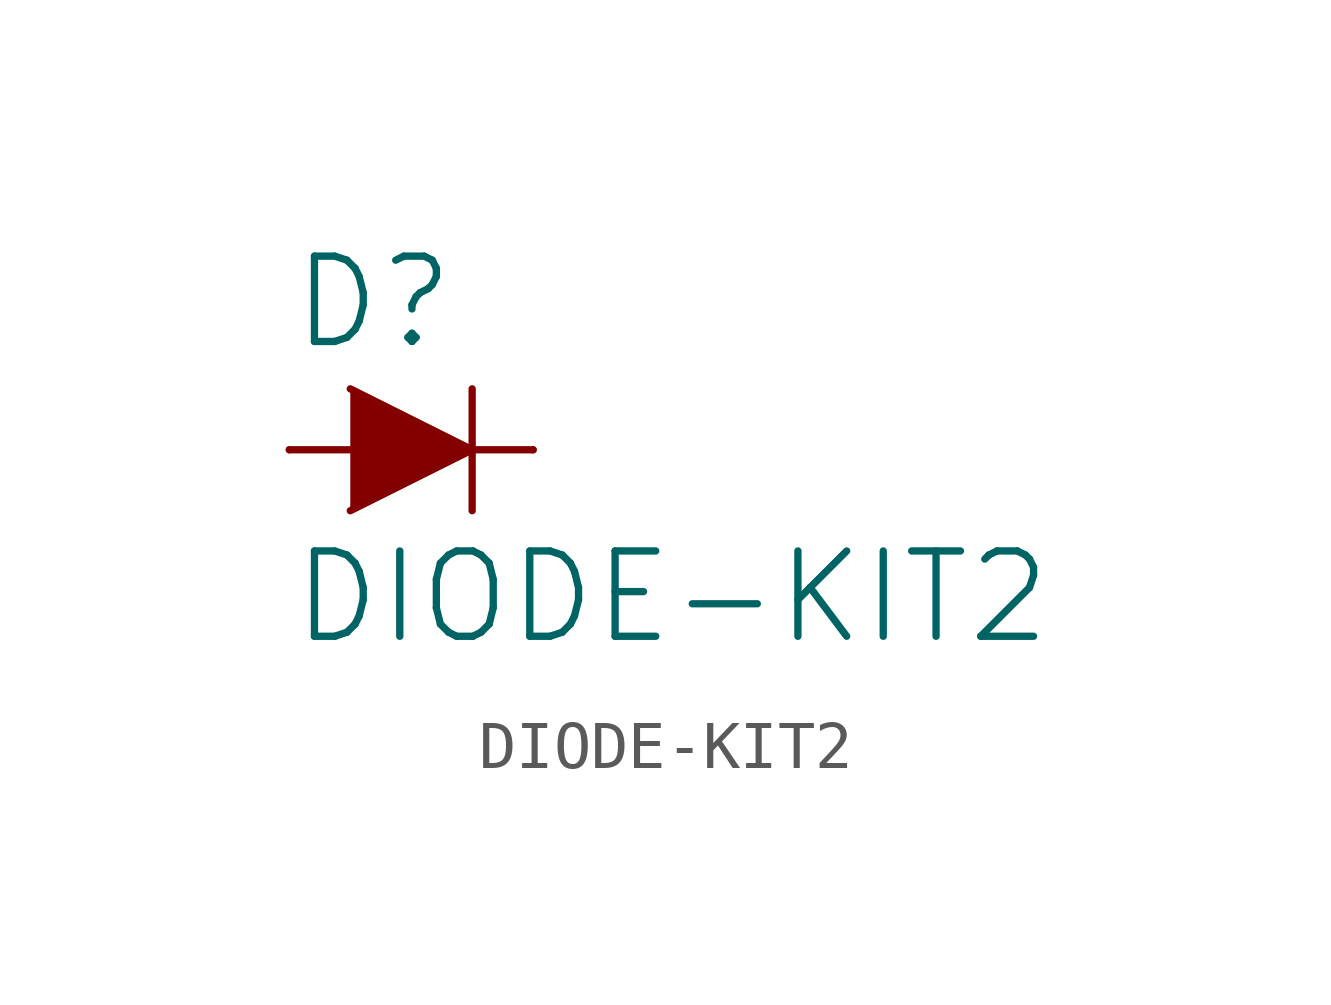
<source format=kicad_sym>
(kicad_symbol_lib
  (version 20211014)
  (generator kicad_symbol_editor)
  (symbol "DIODE-KIT2"
    (property "Reference" "D"
      (at -2.54 2.032 0)
      (effects (font (size 1.778 1.778)) (justify left bottom)))
    (property "Value" "DIODE-KIT2"
      (at -2.54 -2.032 0)
      (effects (font (size 1.778 1.778)) (justify left top)))
    (property "ki_locked" ""
      (at 0 0 0)
      (effects (font (size 1.27 1.27))))
    (symbol "DIODE-KIT2_1_0"
      (polyline (pts (xy -2.54 0) (xy -1.27 0)) (stroke (width 0.152) (type default) (color 0 0 0 0)) (fill (type none)))
      (polyline (pts (xy 1.27 0) (xy 1.27 -1.27)) (stroke (width 0.152) (type default) (color 0 0 0 0)) (fill (type none)))
      (polyline (pts (xy 1.27 1.27) (xy 1.27 0)) (stroke (width 0.152) (type default) (color 0 0 0 0)) (fill (type none)))
      (polyline (pts (xy 2.54 0) (xy 1.27 0)) (stroke (width 0.152) (type default) (color 0 0 0 0)) (fill (type none)))
      (polyline (pts (xy -1.27 1.27) (xy 1.27 0) (xy -1.27 -1.27)) (stroke (width 0) (type default) (color 0 0 0 0)) (fill (type outline)))
      (pin passive line (at -2.54 0 0) (length 0) (name "A" (effects (font (size 0 0)))) (number "A" (effects (font (size 0 0)))))
      (pin passive line (at 2.54 0 180) (length 0) (name "C" (effects (font (size 0 0)))) (number "C" (effects (font (size 0 0))))))))
</source>
